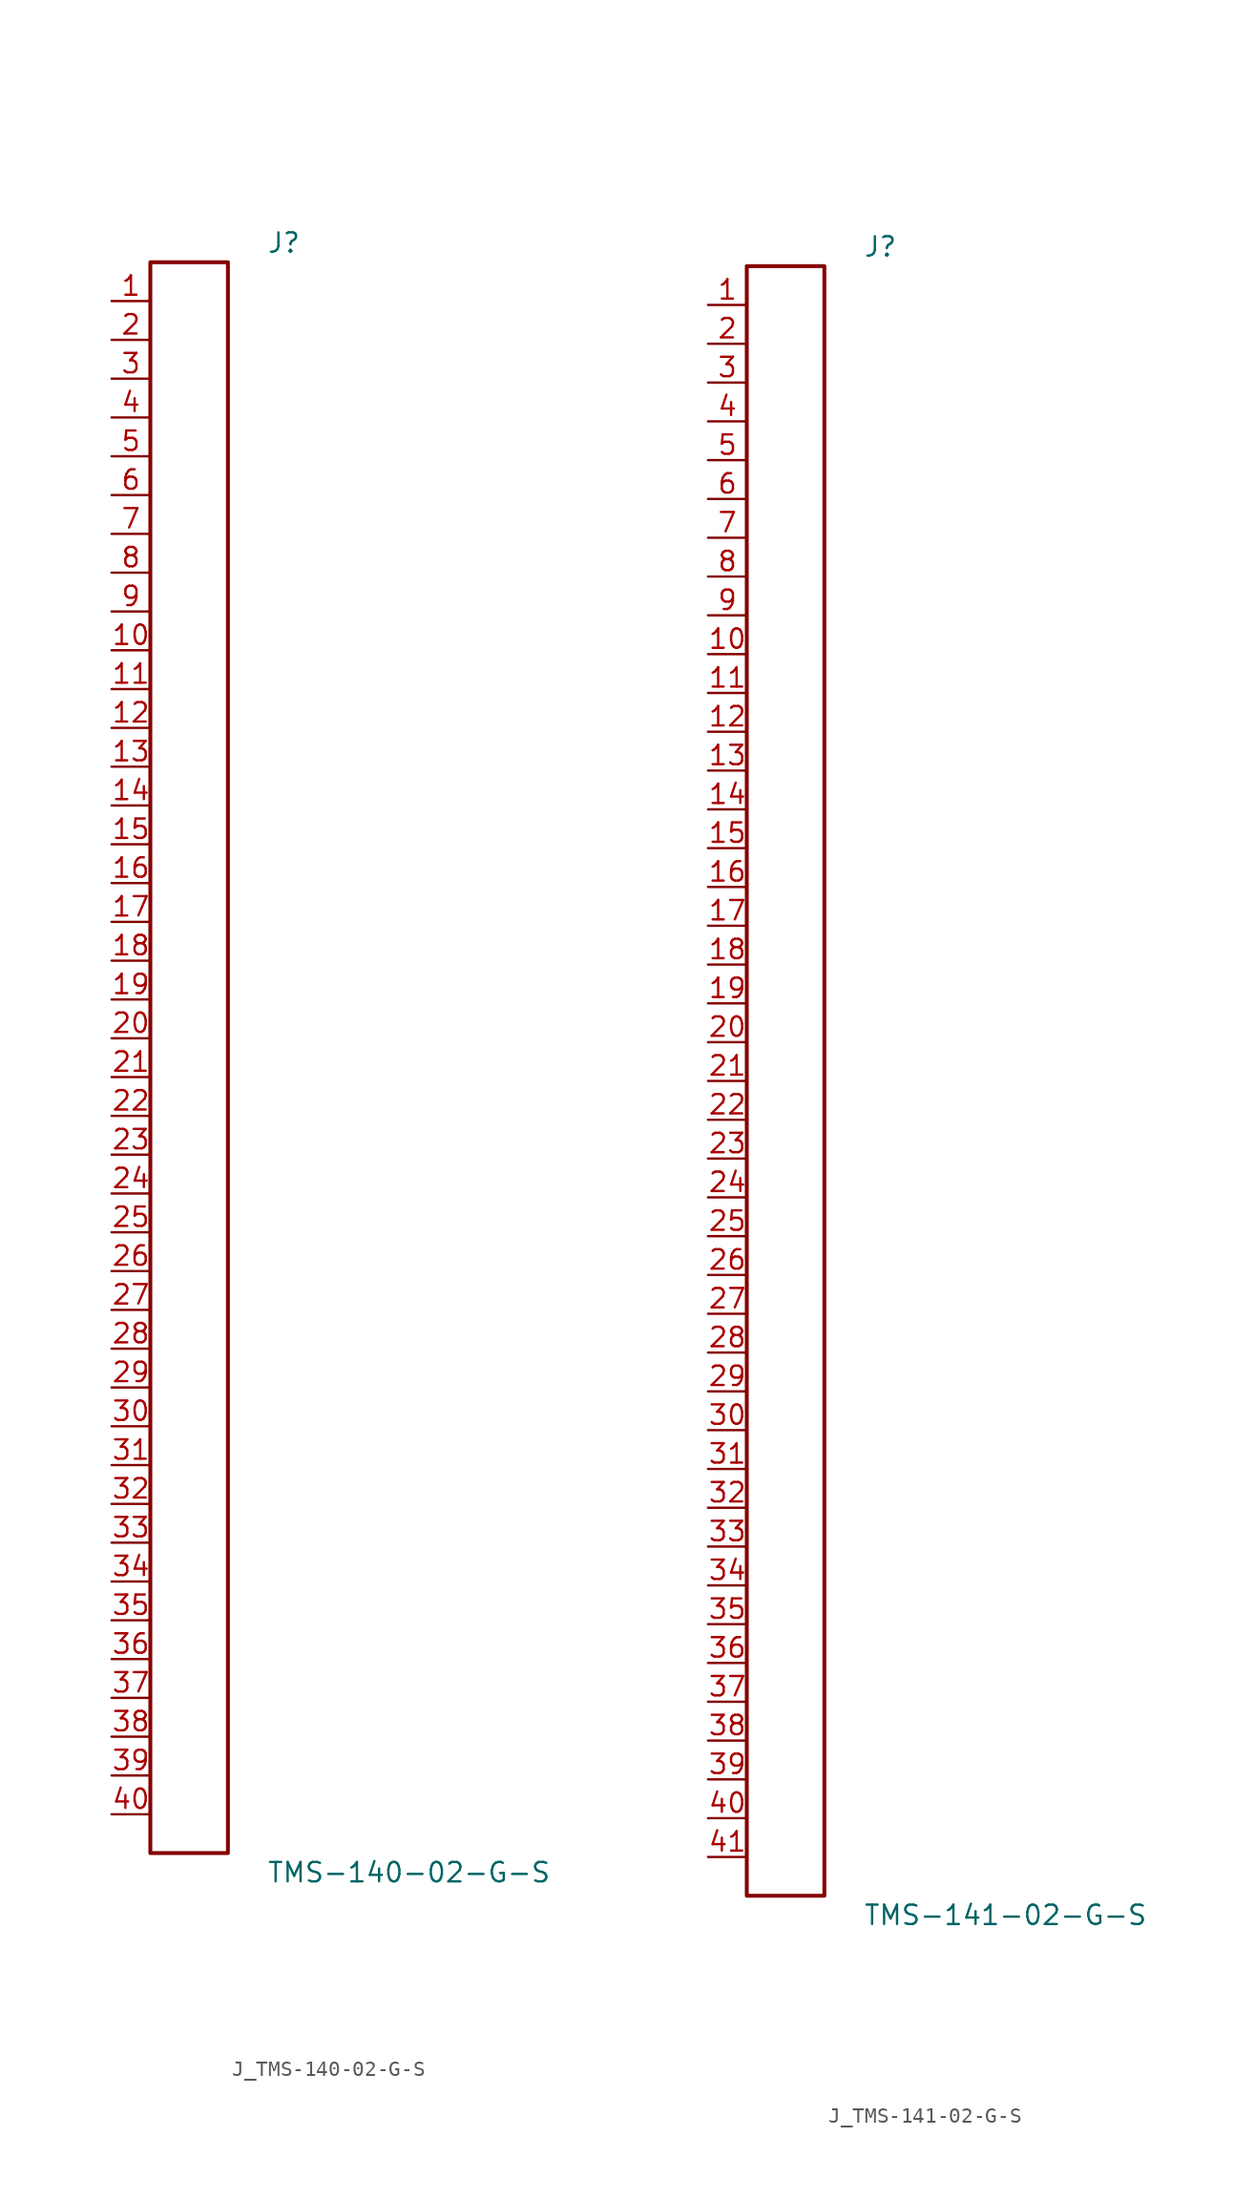
<source format=kicad_sym>
(kicad_symbol_lib
  (version 20231120)
  (generator kicad_symbol_editor)
  (generator_version 8.0)
  (symbol "J_TMS-140-02-G-S"
    (pin_names
      (offset 0.254))
    (property "Reference" "J"
      (at 5.08 53.34 0)
      (effects (font (size 1.27 1.27)) (justify left)))
    (property "Value" "TMS-140-02-G-S"
      (at 5.08 -53.34 0)
      (effects (font (size 1.27 1.27)) (justify left)))
    (symbol "J_TMS-140-02-G-S_0_0"
      (pin passive line (at -5.08 49.53 0) (length 2.54) (name "" (effects (font (size 1.27 1.27)))) (number "1" (effects (font (size 1.27 1.27)))))
      (pin passive line (at -5.08 46.99 0) (length 2.54) (name "" (effects (font (size 1.27 1.27)))) (number "2" (effects (font (size 1.27 1.27)))))
      (pin passive line (at -5.08 44.45 0) (length 2.54) (name "" (effects (font (size 1.27 1.27)))) (number "3" (effects (font (size 1.27 1.27)))))
      (pin passive line (at -5.08 41.91 0) (length 2.54) (name "" (effects (font (size 1.27 1.27)))) (number "4" (effects (font (size 1.27 1.27)))))
      (pin passive line (at -5.08 39.37 0) (length 2.54) (name "" (effects (font (size 1.27 1.27)))) (number "5" (effects (font (size 1.27 1.27)))))
      (pin passive line (at -5.08 36.83 0) (length 2.54) (name "" (effects (font (size 1.27 1.27)))) (number "6" (effects (font (size 1.27 1.27)))))
      (pin passive line (at -5.08 34.29 0) (length 2.54) (name "" (effects (font (size 1.27 1.27)))) (number "7" (effects (font (size 1.27 1.27)))))
      (pin passive line (at -5.08 31.75 0) (length 2.54) (name "" (effects (font (size 1.27 1.27)))) (number "8" (effects (font (size 1.27 1.27)))))
      (pin passive line (at -5.08 29.21 0) (length 2.54) (name "" (effects (font (size 1.27 1.27)))) (number "9" (effects (font (size 1.27 1.27)))))
      (pin passive line (at -5.08 26.67 0) (length 2.54) (name "" (effects (font (size 1.27 1.27)))) (number "10" (effects (font (size 1.27 1.27)))))
      (pin passive line (at -5.08 24.13 0) (length 2.54) (name "" (effects (font (size 1.27 1.27)))) (number "11" (effects (font (size 1.27 1.27)))))
      (pin passive line (at -5.08 21.59 0) (length 2.54) (name "" (effects (font (size 1.27 1.27)))) (number "12" (effects (font (size 1.27 1.27)))))
      (pin passive line (at -5.08 19.05 0) (length 2.54) (name "" (effects (font (size 1.27 1.27)))) (number "13" (effects (font (size 1.27 1.27)))))
      (pin passive line (at -5.08 16.51 0) (length 2.54) (name "" (effects (font (size 1.27 1.27)))) (number "14" (effects (font (size 1.27 1.27)))))
      (pin passive line (at -5.08 13.97 0) (length 2.54) (name "" (effects (font (size 1.27 1.27)))) (number "15" (effects (font (size 1.27 1.27)))))
      (pin passive line (at -5.08 11.43 0) (length 2.54) (name "" (effects (font (size 1.27 1.27)))) (number "16" (effects (font (size 1.27 1.27)))))
      (pin passive line (at -5.08 8.89 0) (length 2.54) (name "" (effects (font (size 1.27 1.27)))) (number "17" (effects (font (size 1.27 1.27)))))
      (pin passive line (at -5.08 6.35 0) (length 2.54) (name "" (effects (font (size 1.27 1.27)))) (number "18" (effects (font (size 1.27 1.27)))))
      (pin passive line (at -5.08 3.81 0) (length 2.54) (name "" (effects (font (size 1.27 1.27)))) (number "19" (effects (font (size 1.27 1.27)))))
      (pin passive line (at -5.08 1.27 0) (length 2.54) (name "" (effects (font (size 1.27 1.27)))) (number "20" (effects (font (size 1.27 1.27)))))
      (pin passive line (at -5.08 -1.27 0) (length 2.54) (name "" (effects (font (size 1.27 1.27)))) (number "21" (effects (font (size 1.27 1.27)))))
      (pin passive line (at -5.08 -3.81 0) (length 2.54) (name "" (effects (font (size 1.27 1.27)))) (number "22" (effects (font (size 1.27 1.27)))))
      (pin passive line (at -5.08 -6.35 0) (length 2.54) (name "" (effects (font (size 1.27 1.27)))) (number "23" (effects (font (size 1.27 1.27)))))
      (pin passive line (at -5.08 -8.89 0) (length 2.54) (name "" (effects (font (size 1.27 1.27)))) (number "24" (effects (font (size 1.27 1.27)))))
      (pin passive line (at -5.08 -11.43 0) (length 2.54) (name "" (effects (font (size 1.27 1.27)))) (number "25" (effects (font (size 1.27 1.27)))))
      (pin passive line (at -5.08 -13.97 0) (length 2.54) (name "" (effects (font (size 1.27 1.27)))) (number "26" (effects (font (size 1.27 1.27)))))
      (pin passive line (at -5.08 -16.51 0) (length 2.54) (name "" (effects (font (size 1.27 1.27)))) (number "27" (effects (font (size 1.27 1.27)))))
      (pin passive line (at -5.08 -19.05 0) (length 2.54) (name "" (effects (font (size 1.27 1.27)))) (number "28" (effects (font (size 1.27 1.27)))))
      (pin passive line (at -5.08 -21.59 0) (length 2.54) (name "" (effects (font (size 1.27 1.27)))) (number "29" (effects (font (size 1.27 1.27)))))
      (pin passive line (at -5.08 -24.13 0) (length 2.54) (name "" (effects (font (size 1.27 1.27)))) (number "30" (effects (font (size 1.27 1.27)))))
      (pin passive line (at -5.08 -26.67 0) (length 2.54) (name "" (effects (font (size 1.27 1.27)))) (number "31" (effects (font (size 1.27 1.27)))))
      (pin passive line (at -5.08 -29.21 0) (length 2.54) (name "" (effects (font (size 1.27 1.27)))) (number "32" (effects (font (size 1.27 1.27)))))
      (pin passive line (at -5.08 -31.75 0) (length 2.54) (name "" (effects (font (size 1.27 1.27)))) (number "33" (effects (font (size 1.27 1.27)))))
      (pin passive line (at -5.08 -34.29 0) (length 2.54) (name "" (effects (font (size 1.27 1.27)))) (number "34" (effects (font (size 1.27 1.27)))))
      (pin passive line (at -5.08 -36.83 0) (length 2.54) (name "" (effects (font (size 1.27 1.27)))) (number "35" (effects (font (size 1.27 1.27)))))
      (pin passive line (at -5.08 -39.37 0) (length 2.54) (name "" (effects (font (size 1.27 1.27)))) (number "36" (effects (font (size 1.27 1.27)))))
      (pin passive line (at -5.08 -41.91 0) (length 2.54) (name "" (effects (font (size 1.27 1.27)))) (number "37" (effects (font (size 1.27 1.27)))))
      (pin passive line (at -5.08 -44.45 0) (length 2.54) (name "" (effects (font (size 1.27 1.27)))) (number "38" (effects (font (size 1.27 1.27)))))
      (pin passive line (at -5.08 -46.99 0) (length 2.54) (name "" (effects (font (size 1.27 1.27)))) (number "39" (effects (font (size 1.27 1.27)))))
      (pin passive line (at -5.08 -49.53 0) (length 2.54) (name "" (effects (font (size 1.27 1.27)))) (number "40" (effects (font (size 1.27 1.27))))))
    (symbol "J_TMS-140-02-G-S_1_0"
      (rectangle (start -2.54 52.07) (end 2.54 -52.07) (stroke (width 0.254) (type solid)) (fill (type none)))))
  (symbol "J_TMS-141-02-G-S"
    (pin_names
      (offset 0.254))
    (property "Reference" "J"
      (at 5.08 54.61 0)
      (effects (font (size 1.27 1.27)) (justify left)))
    (property "Value" "TMS-141-02-G-S"
      (at 5.08 -54.61 0)
      (effects (font (size 1.27 1.27)) (justify left)))
    (symbol "J_TMS-141-02-G-S_0_0"
      (pin passive line (at -5.08 50.8 0) (length 2.54) (name "" (effects (font (size 1.27 1.27)))) (number "1" (effects (font (size 1.27 1.27)))))
      (pin passive line (at -5.08 48.26 0) (length 2.54) (name "" (effects (font (size 1.27 1.27)))) (number "2" (effects (font (size 1.27 1.27)))))
      (pin passive line (at -5.08 45.72 0) (length 2.54) (name "" (effects (font (size 1.27 1.27)))) (number "3" (effects (font (size 1.27 1.27)))))
      (pin passive line (at -5.08 43.18 0) (length 2.54) (name "" (effects (font (size 1.27 1.27)))) (number "4" (effects (font (size 1.27 1.27)))))
      (pin passive line (at -5.08 40.64 0) (length 2.54) (name "" (effects (font (size 1.27 1.27)))) (number "5" (effects (font (size 1.27 1.27)))))
      (pin passive line (at -5.08 38.1 0) (length 2.54) (name "" (effects (font (size 1.27 1.27)))) (number "6" (effects (font (size 1.27 1.27)))))
      (pin passive line (at -5.08 35.56 0) (length 2.54) (name "" (effects (font (size 1.27 1.27)))) (number "7" (effects (font (size 1.27 1.27)))))
      (pin passive line (at -5.08 33.02 0) (length 2.54) (name "" (effects (font (size 1.27 1.27)))) (number "8" (effects (font (size 1.27 1.27)))))
      (pin passive line (at -5.08 30.48 0) (length 2.54) (name "" (effects (font (size 1.27 1.27)))) (number "9" (effects (font (size 1.27 1.27)))))
      (pin passive line (at -5.08 27.94 0) (length 2.54) (name "" (effects (font (size 1.27 1.27)))) (number "10" (effects (font (size 1.27 1.27)))))
      (pin passive line (at -5.08 25.4 0) (length 2.54) (name "" (effects (font (size 1.27 1.27)))) (number "11" (effects (font (size 1.27 1.27)))))
      (pin passive line (at -5.08 22.86 0) (length 2.54) (name "" (effects (font (size 1.27 1.27)))) (number "12" (effects (font (size 1.27 1.27)))))
      (pin passive line (at -5.08 20.32 0) (length 2.54) (name "" (effects (font (size 1.27 1.27)))) (number "13" (effects (font (size 1.27 1.27)))))
      (pin passive line (at -5.08 17.78 0) (length 2.54) (name "" (effects (font (size 1.27 1.27)))) (number "14" (effects (font (size 1.27 1.27)))))
      (pin passive line (at -5.08 15.24 0) (length 2.54) (name "" (effects (font (size 1.27 1.27)))) (number "15" (effects (font (size 1.27 1.27)))))
      (pin passive line (at -5.08 12.7 0) (length 2.54) (name "" (effects (font (size 1.27 1.27)))) (number "16" (effects (font (size 1.27 1.27)))))
      (pin passive line (at -5.08 10.16 0) (length 2.54) (name "" (effects (font (size 1.27 1.27)))) (number "17" (effects (font (size 1.27 1.27)))))
      (pin passive line (at -5.08 7.62 0) (length 2.54) (name "" (effects (font (size 1.27 1.27)))) (number "18" (effects (font (size 1.27 1.27)))))
      (pin passive line (at -5.08 5.08 0) (length 2.54) (name "" (effects (font (size 1.27 1.27)))) (number "19" (effects (font (size 1.27 1.27)))))
      (pin passive line (at -5.08 2.54 0) (length 2.54) (name "" (effects (font (size 1.27 1.27)))) (number "20" (effects (font (size 1.27 1.27)))))
      (pin passive line (at -5.08 0.0 0) (length 2.54) (name "" (effects (font (size 1.27 1.27)))) (number "21" (effects (font (size 1.27 1.27)))))
      (pin passive line (at -5.08 -2.54 0) (length 2.54) (name "" (effects (font (size 1.27 1.27)))) (number "22" (effects (font (size 1.27 1.27)))))
      (pin passive line (at -5.08 -5.08 0) (length 2.54) (name "" (effects (font (size 1.27 1.27)))) (number "23" (effects (font (size 1.27 1.27)))))
      (pin passive line (at -5.08 -7.62 0) (length 2.54) (name "" (effects (font (size 1.27 1.27)))) (number "24" (effects (font (size 1.27 1.27)))))
      (pin passive line (at -5.08 -10.16 0) (length 2.54) (name "" (effects (font (size 1.27 1.27)))) (number "25" (effects (font (size 1.27 1.27)))))
      (pin passive line (at -5.08 -12.7 0) (length 2.54) (name "" (effects (font (size 1.27 1.27)))) (number "26" (effects (font (size 1.27 1.27)))))
      (pin passive line (at -5.08 -15.24 0) (length 2.54) (name "" (effects (font (size 1.27 1.27)))) (number "27" (effects (font (size 1.27 1.27)))))
      (pin passive line (at -5.08 -17.78 0) (length 2.54) (name "" (effects (font (size 1.27 1.27)))) (number "28" (effects (font (size 1.27 1.27)))))
      (pin passive line (at -5.08 -20.32 0) (length 2.54) (name "" (effects (font (size 1.27 1.27)))) (number "29" (effects (font (size 1.27 1.27)))))
      (pin passive line (at -5.08 -22.86 0) (length 2.54) (name "" (effects (font (size 1.27 1.27)))) (number "30" (effects (font (size 1.27 1.27)))))
      (pin passive line (at -5.08 -25.4 0) (length 2.54) (name "" (effects (font (size 1.27 1.27)))) (number "31" (effects (font (size 1.27 1.27)))))
      (pin passive line (at -5.08 -27.94 0) (length 2.54) (name "" (effects (font (size 1.27 1.27)))) (number "32" (effects (font (size 1.27 1.27)))))
      (pin passive line (at -5.08 -30.48 0) (length 2.54) (name "" (effects (font (size 1.27 1.27)))) (number "33" (effects (font (size 1.27 1.27)))))
      (pin passive line (at -5.08 -33.02 0) (length 2.54) (name "" (effects (font (size 1.27 1.27)))) (number "34" (effects (font (size 1.27 1.27)))))
      (pin passive line (at -5.08 -35.56 0) (length 2.54) (name "" (effects (font (size 1.27 1.27)))) (number "35" (effects (font (size 1.27 1.27)))))
      (pin passive line (at -5.08 -38.1 0) (length 2.54) (name "" (effects (font (size 1.27 1.27)))) (number "36" (effects (font (size 1.27 1.27)))))
      (pin passive line (at -5.08 -40.64 0) (length 2.54) (name "" (effects (font (size 1.27 1.27)))) (number "37" (effects (font (size 1.27 1.27)))))
      (pin passive line (at -5.08 -43.18 0) (length 2.54) (name "" (effects (font (size 1.27 1.27)))) (number "38" (effects (font (size 1.27 1.27)))))
      (pin passive line (at -5.08 -45.72 0) (length 2.54) (name "" (effects (font (size 1.27 1.27)))) (number "39" (effects (font (size 1.27 1.27)))))
      (pin passive line (at -5.08 -48.26 0) (length 2.54) (name "" (effects (font (size 1.27 1.27)))) (number "40" (effects (font (size 1.27 1.27)))))
      (pin passive line (at -5.08 -50.8 0) (length 2.54) (name "" (effects (font (size 1.27 1.27)))) (number "41" (effects (font (size 1.27 1.27))))))
    (symbol "J_TMS-141-02-G-S_1_0"
      (rectangle (start -2.54 53.34) (end 2.54 -53.34) (stroke (width 0.254) (type solid)) (fill (type none))))))
</source>
